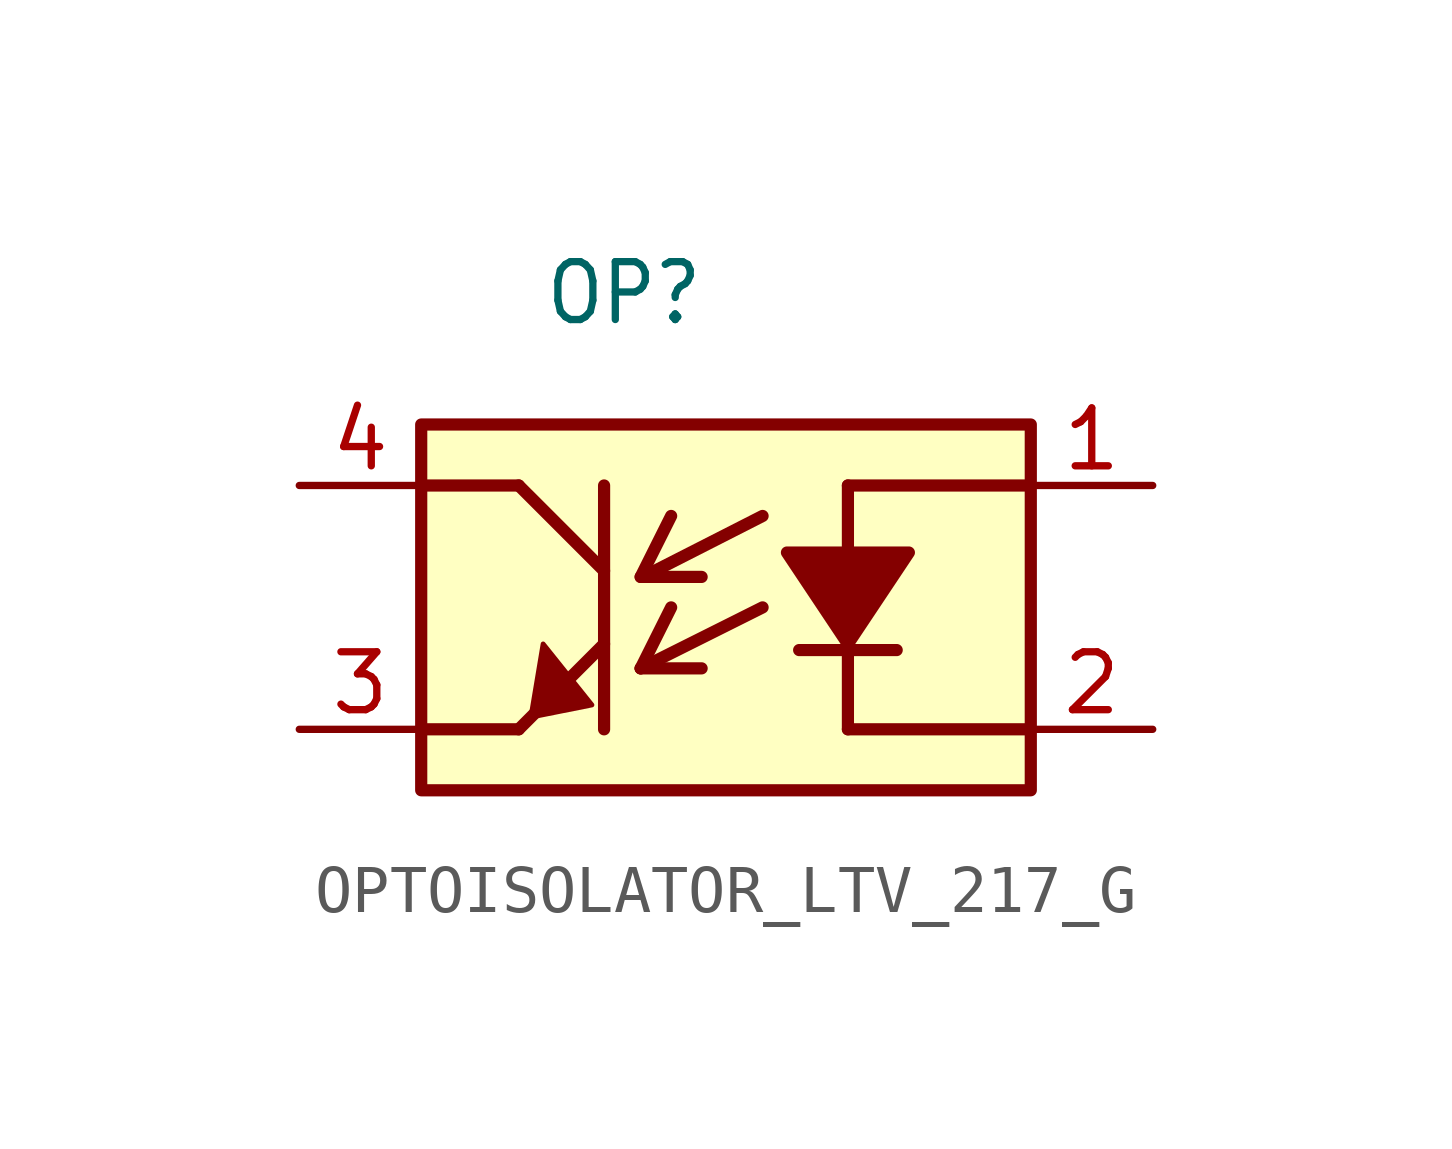
<source format=kicad_sym>
(kicad_symbol_lib
  (version 20231120)
  (generator "kicad_symbol_editor")
  (generator_version "8.0")
  (symbol "OPTOISOLATOR_LTV_217_G"
    (property "Reference" "OP"
      (at 5.08 8.382 0)
      (effects (font (size 1.206 1.092) (thickness 0.152)) (justify left bottom)))
    (property "Value" ""
      (at 0 0 0)
      (effects (font (size 1.092 1.092) (thickness 0.152)) (justify left bottom)))
    (symbol "OPTOISOLATOR_LTV_217_G_1_0"
      (polyline (pts (xy 2.54 0) (xy 4.572 0)) (stroke (width 0.254) (type solid)) (fill (type none)))
      (polyline (pts (xy 2.54 5.08) (xy 4.572 5.08)) (stroke (width 0.254) (type solid)) (fill (type none)))
      (polyline (pts (xy 4.572 0) (xy 6.35 1.778)) (stroke (width 0.254) (type solid)) (fill (type none)))
      (polyline (pts (xy 4.572 5.08) (xy 6.35 3.302)) (stroke (width 0.254) (type solid)) (fill (type none)))
      (polyline (pts (xy 6.35 0) (xy 6.35 5.08)) (stroke (width 0.254) (type solid)) (fill (type none)))
      (polyline (pts (xy 7.112 1.27) (xy 7.747 2.54)) (stroke (width 0.254) (type solid)) (fill (type none)))
      (polyline (pts (xy 7.112 3.175) (xy 7.747 4.445)) (stroke (width 0.254) (type solid)) (fill (type none)))
      (polyline (pts (xy 8.382 1.27) (xy 7.112 1.27)) (stroke (width 0.254) (type solid)) (fill (type none)))
      (polyline (pts (xy 8.382 3.175) (xy 7.112 3.175)) (stroke (width 0.254) (type solid)) (fill (type none)))
      (polyline (pts (xy 9.652 2.54) (xy 7.112 1.27)) (stroke (width 0.254) (type solid)) (fill (type none)))
      (polyline (pts (xy 9.652 4.445) (xy 7.158 3.175)) (stroke (width 0.254) (type solid)) (fill (type none)))
      (polyline (pts (xy 10.414 1.651) (xy 12.446 1.651)) (stroke (width 0.254) (type solid)) (fill (type none)))
      (polyline (pts (xy 11.43 0) (xy 15.24 0)) (stroke (width 0.254) (type solid)) (fill (type none)))
      (polyline (pts (xy 11.43 1.651) (xy 11.43 0)) (stroke (width 0.254) (type solid)) (fill (type none)))
      (polyline (pts (xy 11.43 3.683) (xy 11.43 5.08)) (stroke (width 0.254) (type solid)) (fill (type none)))
      (polyline (pts (xy 11.43 5.08) (xy 15.24 5.08)) (stroke (width 0.254) (type solid)) (fill (type none)))
      (polyline (pts (xy 4.826 0.254) (xy 5.08 1.778) (xy 6.096 0.508) (xy 4.826 0.254)) (stroke (width 0.102) (type solid)) (fill (type outline)))
      (polyline (pts (xy 11.43 1.778) (xy 10.16 3.683) (xy 12.7 3.683) (xy 11.43 1.778)) (stroke (width 0.254) (type solid)) (fill (type outline)))
      (pin passive line (at 17.78 5.08 180) (length 2.54) (name "" (effects (font (size 1.206 1.206)))) (number "1" (effects (font (size 1.206 1.206)))))
      (pin passive line (at 17.78 0 180) (length 2.54) (name "" (effects (font (size 1.206 1.206)))) (number "2" (effects (font (size 1.206 1.206)))))
      (pin passive line (at 0 0 0) (length 2.54) (name "" (effects (font (size 1.206 1.206)))) (number "3" (effects (font (size 1.206 1.206)))))
      (pin passive line (at 0 5.08 0) (length 2.54) (name "" (effects (font (size 1.206 1.206)))) (number "4" (effects (font (size 1.206 1.206))))))
    (symbol "OPTOISOLATOR_LTV_217_G_1_1"
      (rectangle (start 2.54 6.35) (end 15.24 -1.27) (stroke (width 0.254) (type default)) (fill (type background))))))
</source>
